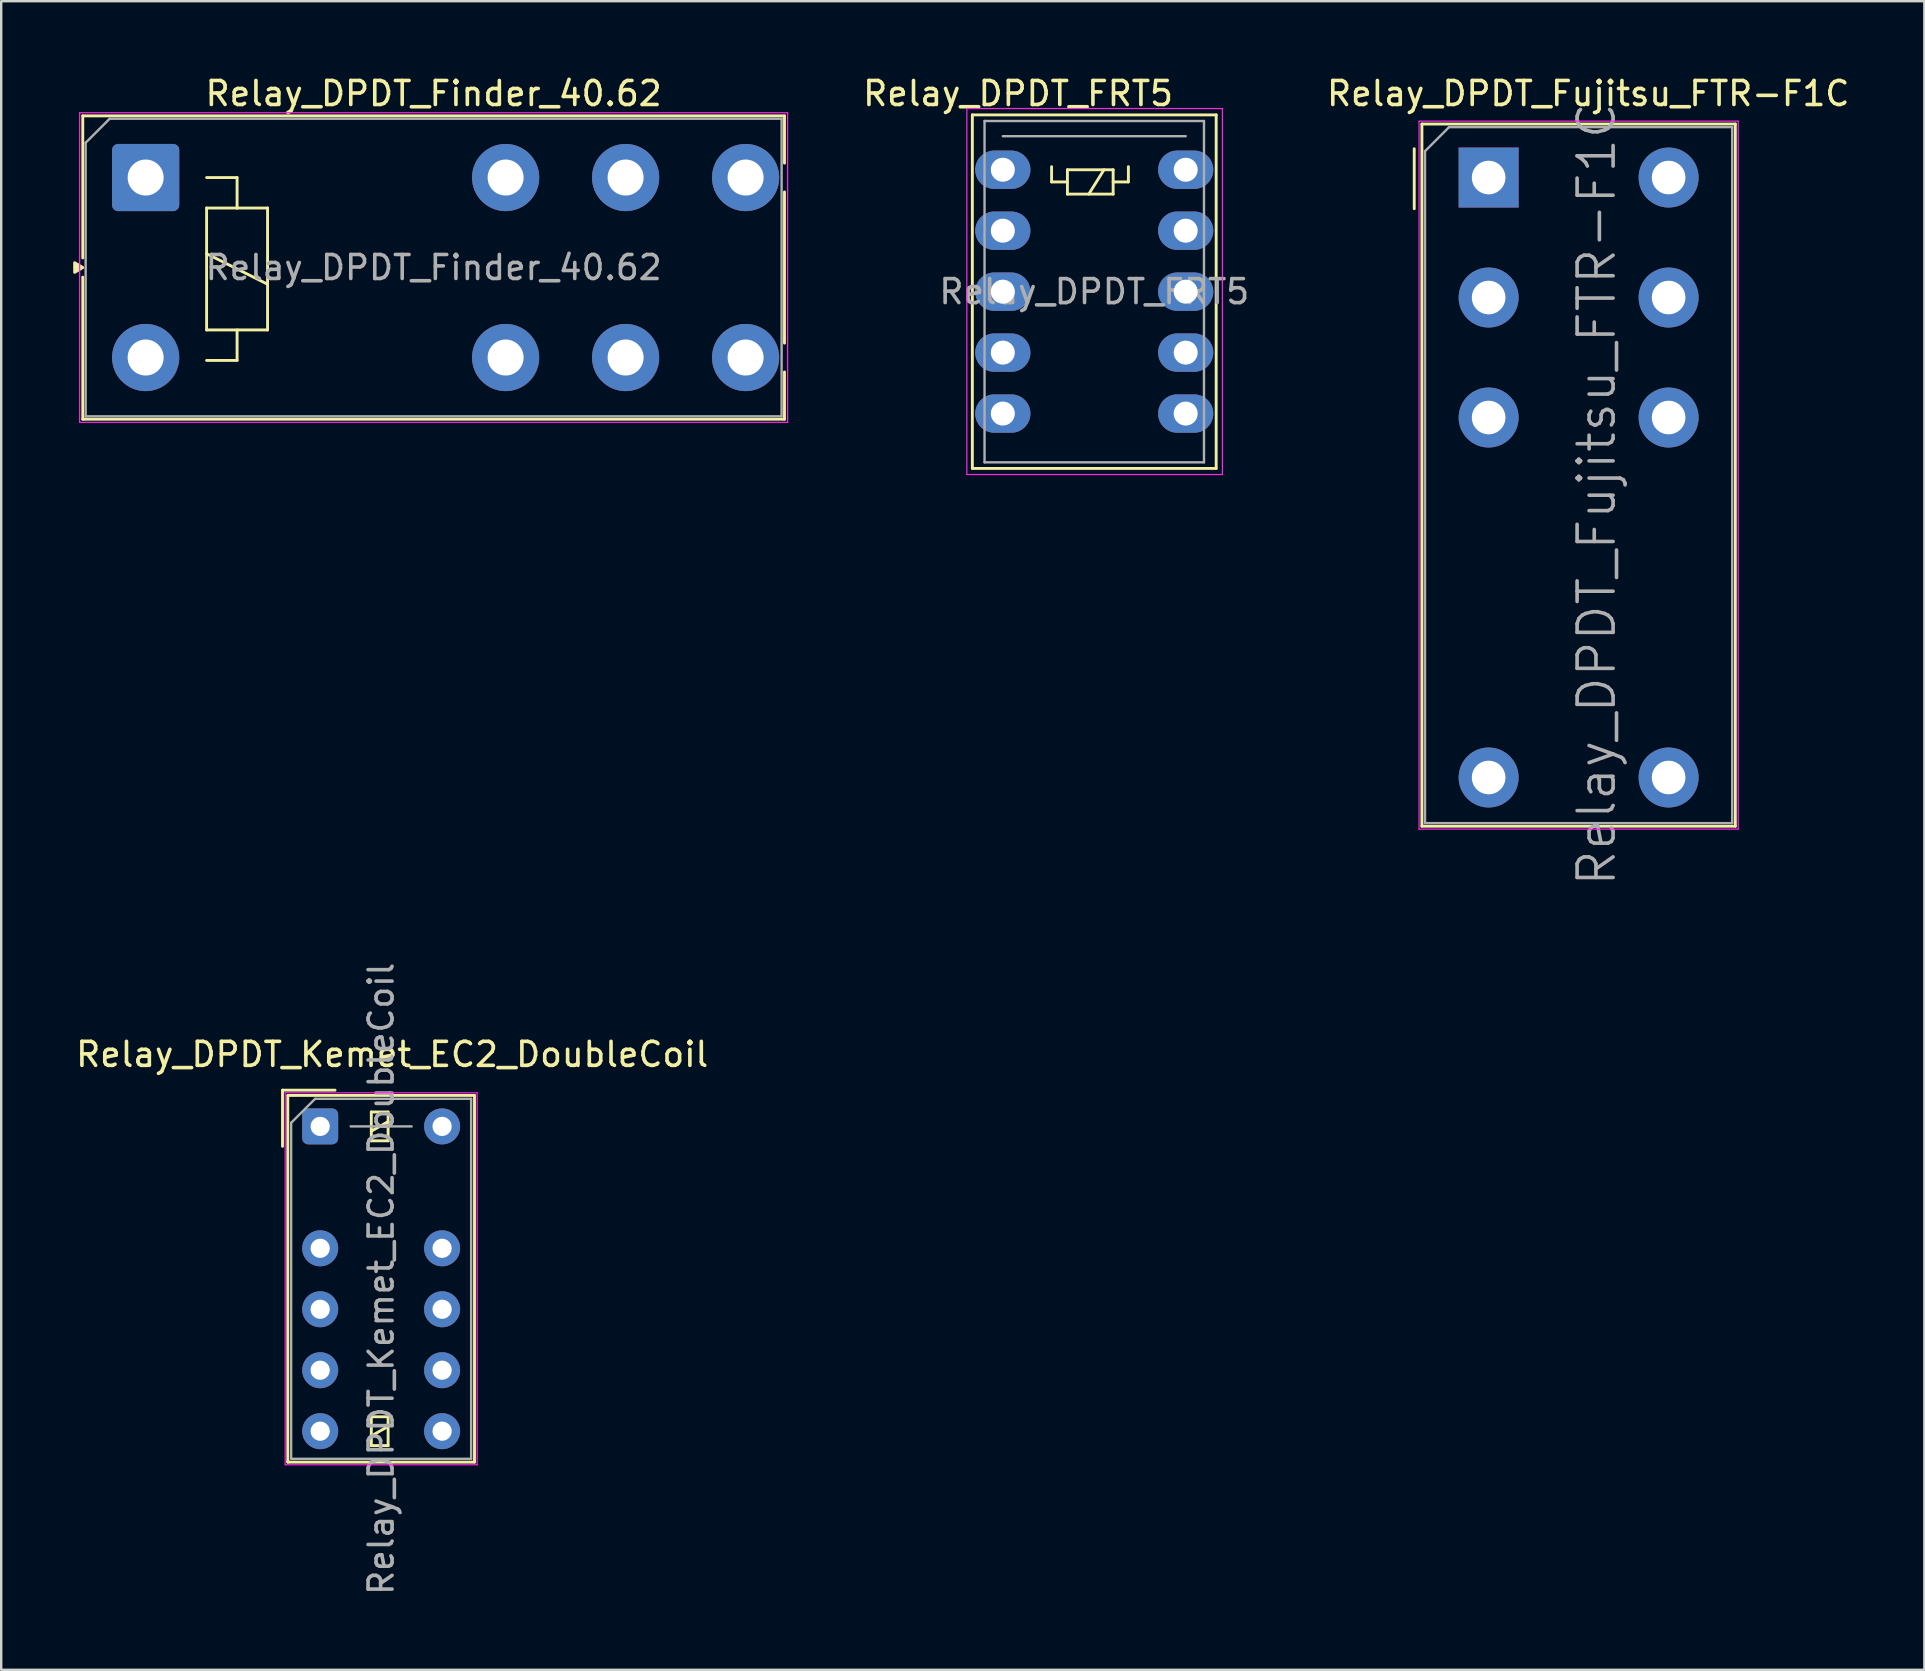
<source format=kicad_pcb>
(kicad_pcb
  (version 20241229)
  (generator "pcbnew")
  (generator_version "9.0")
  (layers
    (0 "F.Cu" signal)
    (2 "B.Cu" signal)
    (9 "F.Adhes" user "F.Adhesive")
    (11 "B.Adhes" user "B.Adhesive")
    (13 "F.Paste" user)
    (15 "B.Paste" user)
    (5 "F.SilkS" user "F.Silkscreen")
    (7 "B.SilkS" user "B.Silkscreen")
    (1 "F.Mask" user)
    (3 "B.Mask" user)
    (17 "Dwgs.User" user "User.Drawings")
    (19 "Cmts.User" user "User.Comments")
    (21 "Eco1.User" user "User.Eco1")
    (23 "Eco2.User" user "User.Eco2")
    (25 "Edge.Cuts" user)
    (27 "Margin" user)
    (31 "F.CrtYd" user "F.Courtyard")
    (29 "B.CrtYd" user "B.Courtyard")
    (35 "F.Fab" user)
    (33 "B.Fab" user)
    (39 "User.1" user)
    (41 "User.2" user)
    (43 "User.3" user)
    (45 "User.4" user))
  (footprint "Relay_DPDT_Finder_40.62"
    (layer "F.Cu")
    (at 3.019 4.348)
    (property "Reference" "Relay_DPDT_Finder_40.62" (at 12 -3.5 0) (layer "F.SilkS") (effects (font (size 1 1) (thickness 0.15))))
    (attr through_hole)
    (fp_line (start -2.62 -2.57) (end 26.62 -2.57) (stroke (width 0.12) (type solid)) (layer "F.SilkS"))
    (fp_line (start -2.62 3.35) (end -2.62 -2.57) (stroke (width 0.12) (type solid)) (layer "F.SilkS"))
    (fp_line (start -2.62 4.15) (end -2.62 10.07) (stroke (width 0.12) (type solid)) (layer "F.SilkS"))
    (fp_line (start 2.54 0) (end 3.81 0) (stroke (width 0.12) (type solid)) (layer "F.SilkS"))
    (fp_line (start 2.54 1.27) (end 3.81 1.27) (stroke (width 0.12) (type solid)) (layer "F.SilkS"))
    (fp_line (start 2.54 3.175) (end 5.08 4.445) (stroke (width 0.12) (type solid)) (layer "F.SilkS"))
    (fp_line (start 2.54 6.35) (end 2.54 1.27) (stroke (width 0.12) (type solid)) (layer "F.SilkS"))
    (fp_line (start 3.81 0) (end 3.81 1.27) (stroke (width 0.12) (type solid)) (layer "F.SilkS"))
    (fp_line (start 3.81 1.27) (end 5.08 1.27) (stroke (width 0.12) (type solid)) (layer "F.SilkS"))
    (fp_line (start 3.81 6.35) (end 3.81 7.62) (stroke (width 0.12) (type solid)) (layer "F.SilkS"))
    (fp_line (start 3.81 7.62) (end 2.54 7.62) (stroke (width 0.12) (type solid)) (layer "F.SilkS"))
    (fp_line (start 5.08 1.27) (end 5.08 6.35) (stroke (width 0.12) (type solid)) (layer "F.SilkS"))
    (fp_line (start 5.08 6.35) (end 2.54 6.35) (stroke (width 0.12) (type solid)) (layer "F.SilkS"))
    (fp_line (start 26.62 -0.6) (end 26.62 -2.57) (stroke (width 0.12) (type solid)) (layer "F.SilkS"))
    (fp_line (start 26.62 0.6) (end 26.62 6.9) (stroke (width 0.12) (type solid)) (layer "F.SilkS"))
    (fp_line (start 26.62 10.07) (end -2.62 10.07) (stroke (width 0.12) (type solid)) (layer "F.SilkS"))
    (fp_line (start 26.62 10.07) (end 26.62 8.1) (stroke (width 0.12) (type solid)) (layer "F.SilkS"))
    (fp_poly (pts (xy -2.62 3.75) (xy -2.959 3.95) (xy -2.959 3.55) (xy -2.62 3.75)) (stroke (width 0.12) (type solid)) (fill yes) (layer "F.SilkS"))
    (fp_line (start -2.75 -2.7) (end -2.75 10.2) (stroke (width 0.05) (type solid)) (layer "F.CrtYd"))
    (fp_line (start -2.75 -2.7) (end 26.75 -2.7) (stroke (width 0.05) (type solid)) (layer "F.CrtYd"))
    (fp_line (start 26.75 10.2) (end -2.75 10.2) (stroke (width 0.05) (type solid)) (layer "F.CrtYd"))
    (fp_line (start 26.75 10.2) (end 26.75 -2.7) (stroke (width 0.05) (type solid)) (layer "F.CrtYd"))
    (fp_line (start -2.5 -1.45) (end -1.5 -2.45) (stroke (width 0.1) (type default)) (layer "F.Fab"))
    (fp_line (start -2.5 9.95) (end -2.5 -1.45) (stroke (width 0.1) (type solid)) (layer "F.Fab"))
    (fp_line (start -2.5 9.95) (end 26.5 9.95) (stroke (width 0.1) (type solid)) (layer "F.Fab"))
    (fp_line (start 26.5 -2.45) (end -1.5 -2.45) (stroke (width 0.1) (type solid)) (layer "F.Fab"))
    (fp_line (start 26.5 9.95) (end 26.5 -2.45) (stroke (width 0.1) (type solid)) (layer "F.Fab"))
    (fp_text user "${REFERENCE}" (at 12 3.75 0) (layer "F.Fab") (effects (font (size 1 1) (thickness 0.15))))
    (pad "11" thru_hole circle (at 20 0) (size 2.8 2.8) (drill 1.5) (layers "*.Cu" "*.Mask"))
    (pad "12" thru_hole circle (at 15 0) (size 2.8 2.8) (drill 1.5) (layers "*.Cu" "*.Mask"))
    (pad "14" thru_hole circle (at 25 0) (size 2.8 2.8) (drill 1.5) (layers "*.Cu" "*.Mask"))
    (pad "21" thru_hole circle (at 20 7.5) (size 2.8 2.8) (drill 1.5) (layers "*.Cu" "*.Mask"))
    (pad "22" thru_hole circle (at 15 7.5) (size 2.8 2.8) (drill 1.5) (layers "*.Cu" "*.Mask"))
    (pad "24" thru_hole circle (at 25 7.5) (size 2.8 2.8) (drill 1.5) (layers "*.Cu" "*.Mask"))
    (pad "A1" thru_hole roundrect (at 0 0) (size 2.8 2.8) (drill 1.5) (layers "*.Cu" "*.Mask") (roundrect_rratio 0.089))
    (pad "A2" thru_hole circle (at 0 7.5) (size 2.8 2.8) (drill 1.5) (layers "*.Cu" "*.Mask")))
  (footprint "Relay_DPDT_Fujitsu_FTR-F1C"
    (layer "F.Cu")
    (at 58.98 4.348)
    (property "Reference" "Relay_DPDT_Fujitsu_FTR-F1C" (at 4.15 -3.5 0) (layer "F.SilkS") (effects (font (size 1 1) (thickness 0.15))))
    (attr through_hole)
    (fp_line (start -3.1 -1.2) (end -3.1 1.3) (stroke (width 0.12) (type solid)) (layer "F.SilkS"))
    (fp_line (start -2.78 -2.23) (end 10.28 -2.23) (stroke (width 0.12) (type solid)) (layer "F.SilkS"))
    (fp_line (start -2.78 27.03) (end -2.78 -2.23) (stroke (width 0.12) (type solid)) (layer "F.SilkS"))
    (fp_line (start 10.28 -2.23) (end 10.28 27.03) (stroke (width 0.12) (type solid)) (layer "F.SilkS"))
    (fp_line (start 10.28 27.03) (end -2.78 27.03) (stroke (width 0.12) (type solid)) (layer "F.SilkS"))
    (fp_line (start -2.9 -2.35) (end 10.4 -2.35) (stroke (width 0.05) (type solid)) (layer "F.CrtYd"))
    (fp_line (start -2.9 27.15) (end -2.9 -2.35) (stroke (width 0.05) (type solid)) (layer "F.CrtYd"))
    (fp_line (start 10.4 -2.35) (end 10.4 27.15) (stroke (width 0.05) (type solid)) (layer "F.CrtYd"))
    (fp_line (start 10.4 27.15) (end -2.9 27.15) (stroke (width 0.05) (type solid)) (layer "F.CrtYd"))
    (fp_line (start -2.65 -1.1) (end -2.65 26.9) (stroke (width 0.1) (type solid)) (layer "F.Fab"))
    (fp_line (start -2.65 26.9) (end 10.15 26.9) (stroke (width 0.1) (type solid)) (layer "F.Fab"))
    (fp_line (start -1.65 -2.1) (end -2.65 -1.1) (stroke (width 0.1) (type solid)) (layer "F.Fab"))
    (fp_line (start -1.65 -2.1) (end 10.15 -2.1) (stroke (width 0.1) (type solid)) (layer "F.Fab"))
    (fp_line (start 10.15 -2.1) (end 10.15 26.9) (stroke (width 0.1) (type solid)) (layer "F.Fab"))
    (fp_text user "${REFERENCE}" (at 4.5 13.2 270) (layer "F.Fab") (effects (font (size 1.5 1.5) (thickness 0.15))))
    (pad "1" thru_hole rect (at 0 0 270) (size 2.5 2.5) (drill 1.4) (layers "*.Cu" "*.Mask"))
    (pad "2" thru_hole circle (at 0 5 270) (size 2.5 2.5) (drill 1.4) (layers "*.Cu" "*.Mask"))
    (pad "3" thru_hole circle (at 0 10 270) (size 2.5 2.5) (drill 1.4) (layers "*.Cu" "*.Mask"))
    (pad "4" thru_hole circle (at 0 25 270) (size 2.5 2.5) (drill 1.4) (layers "*.Cu" "*.Mask"))
    (pad "5" thru_hole circle (at 7.5 25 270) (size 2.5 2.5) (drill 1.4) (layers "*.Cu" "*.Mask"))
    (pad "6" thru_hole circle (at 7.5 10 270) (size 2.5 2.5) (drill 1.4) (layers "*.Cu" "*.Mask"))
    (pad "7" thru_hole circle (at 7.5 5 270) (size 2.5 2.5) (drill 1.4) (layers "*.Cu" "*.Mask"))
    (pad "8" thru_hole circle (at 7.5 0 270) (size 2.5 2.5) (drill 1.4) (layers "*.Cu" "*.Mask")))
  (footprint "Relay_DPDT_FRT5"
    (layer "F.Cu")
    (at 38.737 4.023)
    (property "Reference" "Relay_DPDT_FRT5" (at 0.635 -3.175 0) (layer "F.SilkS") (effects (font (size 1 1) (thickness 0.15))))
    (attr through_hole)
    (fp_line (start -1.27 -2.286) (end 8.89 -2.286) (stroke (width 0.12) (type solid)) (layer "F.SilkS"))
    (fp_line (start -1.27 12.446) (end -1.27 -2.286) (stroke (width 0.12) (type solid)) (layer "F.SilkS"))
    (fp_line (start 2.032 -0.127) (end 2.032 0.508) (stroke (width 0.12) (type solid)) (layer "F.SilkS"))
    (fp_line (start 2.032 0.508) (end 2.692 0.508) (stroke (width 0.12) (type solid)) (layer "F.SilkS"))
    (fp_line (start 2.692 0) (end 2.692 1.016) (stroke (width 0.12) (type solid)) (layer "F.SilkS"))
    (fp_line (start 2.692 1.016) (end 4.597 1.016) (stroke (width 0.12) (type solid)) (layer "F.SilkS"))
    (fp_line (start 4.216 0) (end 3.581 1.016) (stroke (width 0.12) (type solid)) (layer "F.SilkS"))
    (fp_line (start 4.597 0) (end 2.692 0) (stroke (width 0.12) (type solid)) (layer "F.SilkS"))
    (fp_line (start 4.597 0) (end 4.597 1.016) (stroke (width 0.12) (type solid)) (layer "F.SilkS"))
    (fp_line (start 5.232 -0.127) (end 5.232 0.508) (stroke (width 0.12) (type solid)) (layer "F.SilkS"))
    (fp_line (start 5.232 0.508) (end 4.597 0.508) (stroke (width 0.12) (type solid)) (layer "F.SilkS"))
    (fp_line (start 8.89 -2.286) (end 8.89 12.446) (stroke (width 0.12) (type solid)) (layer "F.SilkS"))
    (fp_line (start 8.89 12.446) (end -1.27 12.446) (stroke (width 0.12) (type solid)) (layer "F.SilkS"))
    (fp_line (start -1.5 -2.55) (end 9.15 -2.55) (stroke (width 0.05) (type solid)) (layer "F.CrtYd"))
    (fp_line (start -1.5 12.7) (end -1.5 -2.55) (stroke (width 0.05) (type solid)) (layer "F.CrtYd"))
    (fp_line (start 9.15 -2.55) (end 9.15 12.7) (stroke (width 0.05) (type solid)) (layer "F.CrtYd"))
    (fp_line (start 9.15 12.7) (end -1.5 12.7) (stroke (width 0.05) (type solid)) (layer "F.CrtYd"))
    (fp_line (start -0.762 -2.032) (end 8.382 -2.032) (stroke (width 0.1) (type solid)) (layer "F.Fab"))
    (fp_line (start -0.762 12.192) (end -0.762 -2.032) (stroke (width 0.1) (type solid)) (layer "F.Fab"))
    (fp_line (start 0 -1.397) (end 7.62 -1.397) (stroke (width 0.1) (type solid)) (layer "F.Fab"))
    (fp_line (start 8.382 -2.032) (end 8.382 12.192) (stroke (width 0.1) (type solid)) (layer "F.Fab"))
    (fp_line (start 8.382 12.192) (end -0.762 12.192) (stroke (width 0.1) (type solid)) (layer "F.Fab"))
    (fp_text user "${REFERENCE}" (at 3.81 5.08 0) (layer "F.Fab") (effects (font (size 1 1) (thickness 0.15))))
    (pad "1" thru_hole oval (at 0 0) (size 2.3 1.6) (drill 1) (layers "*.Cu" "*.Mask"))
    (pad "2" thru_hole oval (at 0 2.54) (size 2.3 1.6) (drill 1) (layers "*.Cu" "*.Mask"))
    (pad "3" thru_hole oval (at 0 5.08) (size 2.3 1.6) (drill 1) (layers "*.Cu" "*.Mask"))
    (pad "4" thru_hole oval (at 0 7.62) (size 2.3 1.6) (drill 1) (layers "*.Cu" "*.Mask"))
    (pad "5" thru_hole oval (at 0 10.16) (size 2.3 1.6) (drill 1) (layers "*.Cu" "*.Mask"))
    (pad "6" thru_hole oval (at 7.62 10.16) (size 2.3 1.6) (drill 1) (layers "*.Cu" "*.Mask"))
    (pad "7" thru_hole oval (at 7.62 7.62) (size 2.3 1.6) (drill 1) (layers "*.Cu" "*.Mask"))
    (pad "8" thru_hole oval (at 7.62 5.08) (size 2.3 1.6) (drill 1) (layers "*.Cu" "*.Mask"))
    (pad "9" thru_hole oval (at 7.62 2.54) (size 2.3 1.6) (drill 1) (layers "*.Cu" "*.Mask"))
    (pad "10" thru_hole oval (at 7.62 0) (size 2.3 1.6) (drill 1) (layers "*.Cu" "*.Mask")))
  (footprint "Relay_DPDT_Kemet_EC2_DoubleCoil"
    (layer "F.Cu")
    (at 10.292 43.886)
    (property "Reference" "Relay_DPDT_Kemet_EC2_DoubleCoil" (at 3 -3 180) (layer "F.SilkS") (effects (font (size 1 1) (thickness 0.15))))
    (attr through_hole)
    (fp_line (start -1.57 -1.51) (end 0.62 -1.51) (stroke (width 0.12) (type solid)) (layer "F.SilkS"))
    (fp_line (start -1.57 0.83) (end -1.57 -1.51) (stroke (width 0.12) (type solid)) (layer "F.SilkS"))
    (fp_line (start -1.35 -1.27) (end -1.35 13.99) (stroke (width 0.12) (type solid)) (layer "F.SilkS"))
    (fp_line (start 2.13 -0.6) (end 2.13 0.6) (stroke (width 0.12) (type solid)) (layer "F.SilkS"))
    (fp_line (start 2.13 0.2) (end 2.83 -0.2) (stroke (width 0.12) (type solid)) (layer "F.SilkS"))
    (fp_line (start 2.13 0.6) (end 2.83 0.6) (stroke (width 0.12) (type solid)) (layer "F.SilkS"))
    (fp_line (start 2.13 12.1) (end 2.13 13.3) (stroke (width 0.12) (type solid)) (layer "F.SilkS"))
    (fp_line (start 2.13 12.9) (end 2.83 12.5) (stroke (width 0.12) (type solid)) (layer "F.SilkS"))
    (fp_line (start 2.13 13.3) (end 2.83 13.3) (stroke (width 0.12) (type solid)) (layer "F.SilkS"))
    (fp_line (start 2.83 -0.6) (end 2.13 -0.6) (stroke (width 0.12) (type solid)) (layer "F.SilkS"))
    (fp_line (start 2.83 0.6) (end 2.83 -0.6) (stroke (width 0.12) (type solid)) (layer "F.SilkS"))
    (fp_line (start 2.83 12.1) (end 2.13 12.1) (stroke (width 0.12) (type solid)) (layer "F.SilkS"))
    (fp_line (start 2.83 13.3) (end 2.83 12.1) (stroke (width 0.12) (type solid)) (layer "F.SilkS"))
    (fp_line (start 6.43 -1.29) (end -1.35 -1.29) (stroke (width 0.12) (type solid)) (layer "F.SilkS"))
    (fp_line (start 6.43 -1.29) (end 6.43 13.99) (stroke (width 0.12) (type solid)) (layer "F.SilkS"))
    (fp_line (start 6.43 13.99) (end -1.35 13.99) (stroke (width 0.12) (type solid)) (layer "F.SilkS"))
    (fp_line (start -1.46 -1.4) (end -1.46 14.1) (stroke (width 0.05) (type solid)) (layer "F.CrtYd"))
    (fp_line (start -1.46 14.1) (end 6.54 14.1) (stroke (width 0.05) (type solid)) (layer "F.CrtYd"))
    (fp_line (start 6.54 -1.4) (end -1.46 -1.4) (stroke (width 0.05) (type solid)) (layer "F.CrtYd"))
    (fp_line (start 6.54 -1.4) (end 6.54 14.1) (stroke (width 0.05) (type solid)) (layer "F.CrtYd"))
    (fp_line (start -1.21 -0.15) (end -1.21 13.85) (stroke (width 0.1) (type solid)) (layer "F.Fab"))
    (fp_line (start -1.21 -0.15) (end -0.21 -1.15) (stroke (width 0.1) (type solid)) (layer "F.Fab"))
    (fp_line (start 1.27 0) (end 3.81 0) (stroke (width 0.1) (type solid)) (layer "F.Fab"))
    (fp_line (start 6.29 -1.15) (end -0.21 -1.15) (stroke (width 0.1) (type solid)) (layer "F.Fab"))
    (fp_line (start 6.29 -1.15) (end 6.29 13.85) (stroke (width 0.1) (type solid)) (layer "F.Fab"))
    (fp_line (start 6.29 13.85) (end -1.21 13.85) (stroke (width 0.1) (type solid)) (layer "F.Fab"))
    (fp_text user "${REFERENCE}" (at 2.54 6.35 90) (layer "F.Fab") (effects (font (size 1 1) (thickness 0.15))))
    (pad "1" thru_hole roundrect (at 0 0) (size 1.5 1.5) (drill 0.8) (layers "*.Cu" "*.Mask") (roundrect_rratio 0.167))
    (pad "3" thru_hole circle (at 0 5.08) (size 1.5 1.5) (drill 0.8) (layers "*.Cu" "*.Mask"))
    (pad "4" thru_hole circle (at 0 7.62) (size 1.5 1.5) (drill 0.8) (layers "*.Cu" "*.Mask"))
    (pad "5" thru_hole circle (at 0 10.16) (size 1.5 1.5) (drill 0.8) (layers "*.Cu" "*.Mask"))
    (pad "6" thru_hole circle (at 0 12.7) (size 1.5 1.5) (drill 0.8) (layers "*.Cu" "*.Mask"))
    (pad "7" thru_hole circle (at 5.08 12.7) (size 1.5 1.5) (drill 0.8) (layers "*.Cu" "*.Mask"))
    (pad "8" thru_hole circle (at 5.08 10.16) (size 1.5 1.5) (drill 0.8) (layers "*.Cu" "*.Mask"))
    (pad "9" thru_hole circle (at 5.08 7.62) (size 1.5 1.5) (drill 0.8) (layers "*.Cu" "*.Mask"))
    (pad "10" thru_hole circle (at 5.08 5.08) (size 1.5 1.5) (drill 0.8) (layers "*.Cu" "*.Mask"))
    (pad "12" thru_hole circle (at 5.08 0) (size 1.5 1.5) (drill 0.8) (layers "*.Cu" "*.Mask")))
  (gr_rect
    (start -3 -3)
    (end 77.136 66.528)
    (stroke (width 0.1) (type default))
    (fill no)
    (layer "Edge.Cuts")))
</source>
